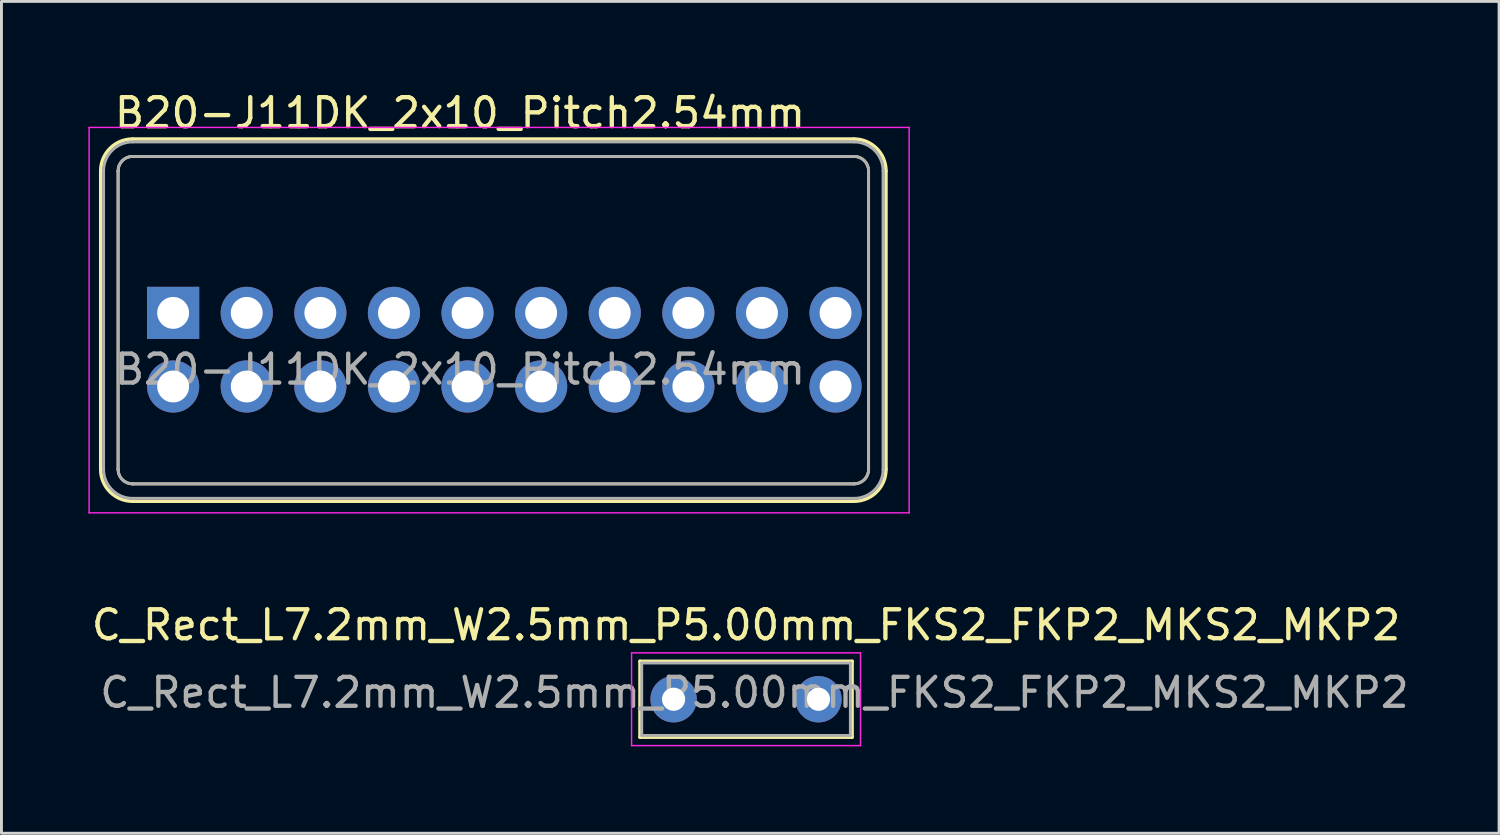
<source format=kicad_pcb>
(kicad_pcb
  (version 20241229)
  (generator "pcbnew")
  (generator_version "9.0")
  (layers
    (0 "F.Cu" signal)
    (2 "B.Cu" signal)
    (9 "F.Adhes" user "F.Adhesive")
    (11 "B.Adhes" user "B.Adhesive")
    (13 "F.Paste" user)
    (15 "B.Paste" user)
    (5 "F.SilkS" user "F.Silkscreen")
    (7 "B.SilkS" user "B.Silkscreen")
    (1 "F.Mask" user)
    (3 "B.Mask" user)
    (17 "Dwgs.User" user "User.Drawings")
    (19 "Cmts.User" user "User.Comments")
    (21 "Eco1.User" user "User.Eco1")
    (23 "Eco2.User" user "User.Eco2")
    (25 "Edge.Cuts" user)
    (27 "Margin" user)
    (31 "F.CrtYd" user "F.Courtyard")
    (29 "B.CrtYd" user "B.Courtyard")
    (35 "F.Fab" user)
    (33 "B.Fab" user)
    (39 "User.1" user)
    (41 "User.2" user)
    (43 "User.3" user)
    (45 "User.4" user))
  (footprint "B20-J11DK_2x10_Pitch2.54mm"
    (layer "F.Cu")
    (at 2.925 7.748)
    (property "Reference" "B20-J11DK_2x10_Pitch2.54mm" (at 9.9 -6.9 0) (layer "F.SilkS") (effects (font (size 1 1) (thickness 0.15))))
    (attr through_hole)
    (fp_line (start -2.5 -4.9) (end -2.5 5.4) (stroke (width 0.12) (type solid)) (layer "F.SilkS"))
    (fp_line (start -1.9 -4.9) (end -1.9 5.4) (stroke (width 0.1) (type solid)) (layer "F.SilkS"))
    (fp_line (start -1.4 -6) (end 23.5 -6) (stroke (width 0.12) (type solid)) (layer "F.SilkS"))
    (fp_line (start -1.4 -5.4) (end 23.5 -5.4) (stroke (width 0.1) (type solid)) (layer "F.SilkS"))
    (fp_line (start -1.4 5.9) (end 23.5 5.9) (stroke (width 0.1) (type solid)) (layer "F.SilkS"))
    (fp_line (start -1.4 6.5) (end 23.5 6.5) (stroke (width 0.12) (type solid)) (layer "F.SilkS"))
    (fp_line (start 24 -4.9) (end 24 5.4) (stroke (width 0.1) (type solid)) (layer "F.SilkS"))
    (fp_line (start 24.6 -4.9) (end 24.6 5.4) (stroke (width 0.12) (type solid)) (layer "F.SilkS"))
    (fp_arc (start -2.5 -4.9) (mid -2.177817 -5.677817) (end -1.4 -6) (stroke (width 0.12) (type solid)) (layer "F.SilkS"))
    (fp_arc (start -1.9 -4.9) (mid -1.753553 -5.253553) (end -1.4 -5.4) (stroke (width 0.1) (type solid)) (layer "F.SilkS"))
    (fp_arc (start -1.4 5.9) (mid -1.753553 5.753553) (end -1.9 5.4) (stroke (width 0.1) (type solid)) (layer "F.SilkS"))
    (fp_arc (start -1.4 6.5) (mid -2.177817 6.177817) (end -2.5 5.4) (stroke (width 0.12) (type solid)) (layer "F.SilkS"))
    (fp_arc (start 23.5 -6) (mid 24.277817 -5.677817) (end 24.6 -4.9) (stroke (width 0.12) (type solid)) (layer "F.SilkS"))
    (fp_arc (start 23.5 -5.4) (mid 23.853553 -5.253553) (end 24 -4.9) (stroke (width 0.1) (type solid)) (layer "F.SilkS"))
    (fp_arc (start 24 5.4) (mid 23.853553 5.753553) (end 23.5 5.9) (stroke (width 0.1) (type solid)) (layer "F.SilkS"))
    (fp_arc (start 24.6 5.4) (mid 24.277817 6.177817) (end 23.5 6.5) (stroke (width 0.12) (type solid)) (layer "F.SilkS"))
    (fp_line (start -2.9 -6.4) (end -2.9 6.9) (stroke (width 0.05) (type solid)) (layer "F.CrtYd"))
    (fp_line (start -2.9 6.9) (end 25.4 6.9) (stroke (width 0.05) (type solid)) (layer "F.CrtYd"))
    (fp_line (start 25.4 -6.4) (end -2.9 -6.4) (stroke (width 0.05) (type solid)) (layer "F.CrtYd"))
    (fp_line (start 25.4 6.9) (end 25.4 -6.4) (stroke (width 0.05) (type solid)) (layer "F.CrtYd"))
    (fp_line (start -2.4 -4.9) (end -2.4 5.4) (stroke (width 0.1) (type solid)) (layer "F.Fab"))
    (fp_line (start -1.9 -4.9) (end -1.9 5.4) (stroke (width 0.1) (type solid)) (layer "F.Fab"))
    (fp_line (start -1.4 -5.9) (end 23.5 -5.9) (stroke (width 0.1) (type solid)) (layer "F.Fab"))
    (fp_line (start -1.4 -5.4) (end 23.5 -5.4) (stroke (width 0.1) (type solid)) (layer "F.Fab"))
    (fp_line (start -1.4 5.9) (end 23.5 5.9) (stroke (width 0.1) (type solid)) (layer "F.Fab"))
    (fp_line (start -1.4 6.4) (end 23.5 6.4) (stroke (width 0.1) (type solid)) (layer "F.Fab"))
    (fp_line (start 24 -4.9) (end 24 5.4) (stroke (width 0.1) (type solid)) (layer "F.Fab"))
    (fp_line (start 24.5 -4.9) (end 24.5 5.4) (stroke (width 0.1) (type solid)) (layer "F.Fab"))
    (fp_arc (start -2.4 -4.9) (mid -2.107107 -5.607107) (end -1.4 -5.9) (stroke (width 0.1) (type solid)) (layer "F.Fab"))
    (fp_arc (start -1.9 -4.9) (mid -1.753553 -5.253553) (end -1.4 -5.4) (stroke (width 0.1) (type solid)) (layer "F.Fab"))
    (fp_arc (start -1.4 5.9) (mid -1.753553 5.753553) (end -1.9 5.4) (stroke (width 0.1) (type solid)) (layer "F.Fab"))
    (fp_arc (start -1.4 6.4) (mid -2.107107 6.107107) (end -2.4 5.4) (stroke (width 0.1) (type solid)) (layer "F.Fab"))
    (fp_arc (start 23.5 -5.9) (mid 24.207107 -5.607107) (end 24.5 -4.9) (stroke (width 0.1) (type solid)) (layer "F.Fab"))
    (fp_arc (start 23.5 -5.4) (mid 23.853553 -5.253553) (end 24 -4.9) (stroke (width 0.1) (type solid)) (layer "F.Fab"))
    (fp_arc (start 24 5.4) (mid 23.853553 5.753553) (end 23.5 5.9) (stroke (width 0.1) (type solid)) (layer "F.Fab"))
    (fp_arc (start 24.5 5.4) (mid 24.207107 6.107107) (end 23.5 6.4) (stroke (width 0.1) (type solid)) (layer "F.Fab"))
    (fp_text user "${REFERENCE}" (at 9.9 1.95 0) (layer "F.Fab") (effects (font (size 1 1) (thickness 0.15))))
    (pad "1" thru_hole rect (at 0 0) (size 1.8 1.8) (drill 1.1) (layers "*.Cu" "*.Mask"))
    (pad "2" thru_hole circle (at 0 2.54) (size 1.8 1.8) (drill 1.1) (layers "*.Cu" "*.Mask"))
    (pad "3" thru_hole circle (at 2.54 0) (size 1.8 1.8) (drill 1.1) (layers "*.Cu" "*.Mask"))
    (pad "4" thru_hole circle (at 2.54 2.54) (size 1.8 1.8) (drill 1.1) (layers "*.Cu" "*.Mask"))
    (pad "5" thru_hole circle (at 5.08 0) (size 1.8 1.8) (drill 1.1) (layers "*.Cu" "*.Mask"))
    (pad "6" thru_hole circle (at 5.08 2.54) (size 1.8 1.8) (drill 1.1) (layers "*.Cu" "*.Mask"))
    (pad "7" thru_hole circle (at 7.62 0) (size 1.8 1.8) (drill 1.1) (layers "*.Cu" "*.Mask"))
    (pad "8" thru_hole circle (at 7.62 2.54) (size 1.8 1.8) (drill 1.1) (layers "*.Cu" "*.Mask"))
    (pad "9" thru_hole circle (at 10.16 0) (size 1.8 1.8) (drill 1.1) (layers "*.Cu" "*.Mask"))
    (pad "10" thru_hole circle (at 10.16 2.54) (size 1.8 1.8) (drill 1.1) (layers "*.Cu" "*.Mask"))
    (pad "11" thru_hole circle (at 12.7 0) (size 1.8 1.8) (drill 1.1) (layers "*.Cu" "*.Mask"))
    (pad "12" thru_hole circle (at 12.7 2.54) (size 1.8 1.8) (drill 1.1) (layers "*.Cu" "*.Mask"))
    (pad "13" thru_hole circle (at 15.24 0) (size 1.8 1.8) (drill 1.1) (layers "*.Cu" "*.Mask"))
    (pad "14" thru_hole circle (at 15.24 2.54) (size 1.8 1.8) (drill 1.1) (layers "*.Cu" "*.Mask"))
    (pad "15" thru_hole circle (at 17.78 0) (size 1.8 1.8) (drill 1.1) (layers "*.Cu" "*.Mask"))
    (pad "16" thru_hole circle (at 17.78 2.54) (size 1.8 1.8) (drill 1.1) (layers "*.Cu" "*.Mask"))
    (pad "17" thru_hole circle (at 20.32 0) (size 1.8 1.8) (drill 1.1) (layers "*.Cu" "*.Mask"))
    (pad "18" thru_hole circle (at 20.32 2.54) (size 1.8 1.8) (drill 1.1) (layers "*.Cu" "*.Mask"))
    (pad "19" thru_hole circle (at 22.86 0) (size 1.8 1.8) (drill 1.1) (layers "*.Cu" "*.Mask"))
    (pad "20" thru_hole circle (at 22.86 2.54) (size 1.8 1.8) (drill 1.1) (layers "*.Cu" "*.Mask")))
  (footprint "C_Rect_L7.2mm_W2.5mm_P5.00mm_FKS2_FKP2_MKS2_MKP2"
    (layer "F.Cu")
    (at 20.196 21.081)
    (property "Reference" "C_Rect_L7.2mm_W2.5mm_P5.00mm_FKS2_FKP2_MKS2_MKP2" (at 2.5 -2.56 0) (layer "F.SilkS") (effects (font (size 1 1) (thickness 0.15))))
    (attr through_hole)
    (fp_line (start -1.16 -1.31) (end -1.16 1.31) (stroke (width 0.12) (type solid)) (layer "F.SilkS"))
    (fp_line (start -1.16 -1.31) (end 6.16 -1.31) (stroke (width 0.12) (type solid)) (layer "F.SilkS"))
    (fp_line (start -1.16 1.31) (end 6.16 1.31) (stroke (width 0.12) (type solid)) (layer "F.SilkS"))
    (fp_line (start 6.16 -1.31) (end 6.16 1.31) (stroke (width 0.12) (type solid)) (layer "F.SilkS"))
    (fp_line (start -1.45 -1.6) (end -1.45 1.6) (stroke (width 0.05) (type solid)) (layer "F.CrtYd"))
    (fp_line (start -1.45 1.6) (end 6.45 1.6) (stroke (width 0.05) (type solid)) (layer "F.CrtYd"))
    (fp_line (start 6.45 -1.6) (end -1.45 -1.6) (stroke (width 0.05) (type solid)) (layer "F.CrtYd"))
    (fp_line (start 6.45 1.6) (end 6.45 -1.6) (stroke (width 0.05) (type solid)) (layer "F.CrtYd"))
    (fp_line (start -1.1 -1.25) (end -1.1 1.25) (stroke (width 0.1) (type solid)) (layer "F.Fab"))
    (fp_line (start -1.1 1.25) (end 6.1 1.25) (stroke (width 0.1) (type solid)) (layer "F.Fab"))
    (fp_line (start 6.1 -1.25) (end -1.1 -1.25) (stroke (width 0.1) (type solid)) (layer "F.Fab"))
    (fp_line (start 6.1 1.25) (end 6.1 -1.25) (stroke (width 0.1) (type solid)) (layer "F.Fab"))
    (fp_text user "${REFERENCE}" (at 2.79 -0.229 0) (layer "F.Fab") (effects (font (size 1 1) (thickness 0.15))))
    (pad "1" thru_hole circle (at 0 0) (size 1.6 1.6) (drill 0.8) (layers "*.Cu" "*.Mask"))
    (pad "2" thru_hole circle (at 5 0) (size 1.6 1.6) (drill 0.8) (layers "*.Cu" "*.Mask")))
  (gr_rect
    (start -3 -3)
    (end 48.683 25.706)
    (stroke (width 0.1) (type default))
    (fill no)
    (layer "Edge.Cuts")))
</source>
